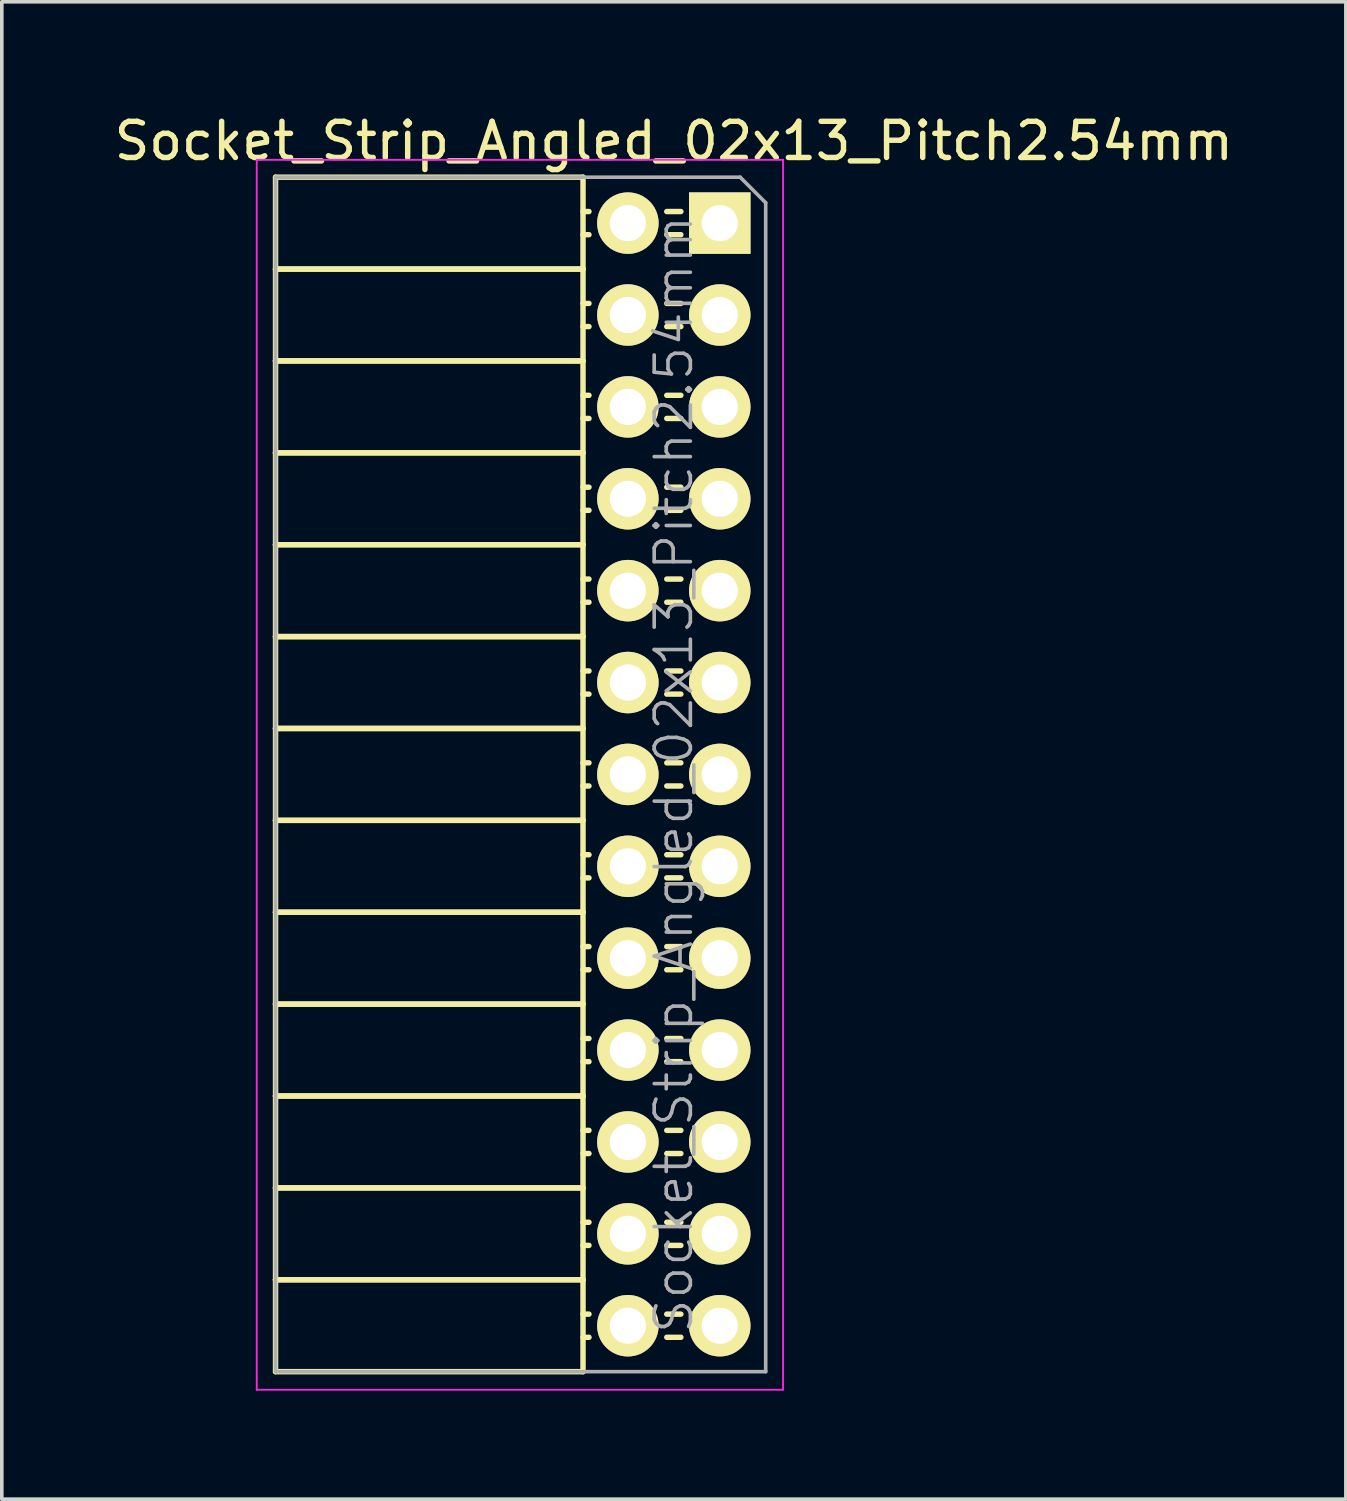
<source format=kicad_pcb>
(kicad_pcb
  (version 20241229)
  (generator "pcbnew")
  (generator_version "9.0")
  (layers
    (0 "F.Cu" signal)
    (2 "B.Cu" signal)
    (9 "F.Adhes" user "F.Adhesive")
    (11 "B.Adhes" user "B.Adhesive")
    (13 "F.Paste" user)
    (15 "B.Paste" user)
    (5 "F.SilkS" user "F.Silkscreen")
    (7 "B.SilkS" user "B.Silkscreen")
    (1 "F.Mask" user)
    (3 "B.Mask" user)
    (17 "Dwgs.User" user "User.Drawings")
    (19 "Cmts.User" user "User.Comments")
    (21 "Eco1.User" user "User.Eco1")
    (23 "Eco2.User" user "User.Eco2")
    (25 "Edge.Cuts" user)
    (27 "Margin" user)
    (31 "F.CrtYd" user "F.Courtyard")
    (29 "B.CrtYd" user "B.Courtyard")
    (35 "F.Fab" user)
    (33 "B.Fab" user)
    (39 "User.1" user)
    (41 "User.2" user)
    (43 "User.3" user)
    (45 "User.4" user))
  (footprint "Socket_Strip_Angled_02x13_Pitch2.54mm"
    (layer "F.Cu")
    (at 16.847 3.118)
    (property "Reference" "Socket_Strip_Angled_02x13_Pitch2.54mm" (at -1.27 -2.27 0) (layer "F.SilkS") (effects (font (size 1 1) (thickness 0.15))))
    (attr smd)
    (fp_line (start -12.28 -1.27) (end -12.28 1.27) (stroke (width 0.15) (type solid)) (layer "F.SilkS"))
    (fp_line (start -12.28 -1.27) (end -3.78 -1.27) (stroke (width 0.15) (type solid)) (layer "F.SilkS"))
    (fp_line (start -12.28 1.27) (end -12.28 3.81) (stroke (width 0.15) (type solid)) (layer "F.SilkS"))
    (fp_line (start -12.28 1.27) (end -3.78 1.27) (stroke (width 0.15) (type solid)) (layer "F.SilkS"))
    (fp_line (start -12.28 1.27) (end -3.78 1.27) (stroke (width 0.15) (type solid)) (layer "F.SilkS"))
    (fp_line (start -12.28 3.81) (end -12.28 6.35) (stroke (width 0.15) (type solid)) (layer "F.SilkS"))
    (fp_line (start -12.28 3.81) (end -3.78 3.81) (stroke (width 0.15) (type solid)) (layer "F.SilkS"))
    (fp_line (start -12.28 3.81) (end -3.78 3.81) (stroke (width 0.15) (type solid)) (layer "F.SilkS"))
    (fp_line (start -12.28 6.35) (end -12.28 8.89) (stroke (width 0.15) (type solid)) (layer "F.SilkS"))
    (fp_line (start -12.28 6.35) (end -3.78 6.35) (stroke (width 0.15) (type solid)) (layer "F.SilkS"))
    (fp_line (start -12.28 6.35) (end -3.78 6.35) (stroke (width 0.15) (type solid)) (layer "F.SilkS"))
    (fp_line (start -12.28 8.89) (end -12.28 11.43) (stroke (width 0.15) (type solid)) (layer "F.SilkS"))
    (fp_line (start -12.28 8.89) (end -3.78 8.89) (stroke (width 0.15) (type solid)) (layer "F.SilkS"))
    (fp_line (start -12.28 8.89) (end -3.78 8.89) (stroke (width 0.15) (type solid)) (layer "F.SilkS"))
    (fp_line (start -12.28 11.43) (end -12.28 13.97) (stroke (width 0.15) (type solid)) (layer "F.SilkS"))
    (fp_line (start -12.28 11.43) (end -3.78 11.43) (stroke (width 0.15) (type solid)) (layer "F.SilkS"))
    (fp_line (start -12.28 11.43) (end -3.78 11.43) (stroke (width 0.15) (type solid)) (layer "F.SilkS"))
    (fp_line (start -12.28 13.97) (end -12.28 16.51) (stroke (width 0.15) (type solid)) (layer "F.SilkS"))
    (fp_line (start -12.28 13.97) (end -3.78 13.97) (stroke (width 0.15) (type solid)) (layer "F.SilkS"))
    (fp_line (start -12.28 13.97) (end -3.78 13.97) (stroke (width 0.15) (type solid)) (layer "F.SilkS"))
    (fp_line (start -12.28 16.51) (end -12.28 19.05) (stroke (width 0.15) (type solid)) (layer "F.SilkS"))
    (fp_line (start -12.28 16.51) (end -3.78 16.51) (stroke (width 0.15) (type solid)) (layer "F.SilkS"))
    (fp_line (start -12.28 16.51) (end -3.78 16.51) (stroke (width 0.15) (type solid)) (layer "F.SilkS"))
    (fp_line (start -12.28 19.05) (end -12.28 21.59) (stroke (width 0.15) (type solid)) (layer "F.SilkS"))
    (fp_line (start -12.28 19.05) (end -3.78 19.05) (stroke (width 0.15) (type solid)) (layer "F.SilkS"))
    (fp_line (start -12.28 19.05) (end -3.78 19.05) (stroke (width 0.15) (type solid)) (layer "F.SilkS"))
    (fp_line (start -12.28 21.59) (end -12.28 24.13) (stroke (width 0.15) (type solid)) (layer "F.SilkS"))
    (fp_line (start -12.28 21.59) (end -3.78 21.59) (stroke (width 0.15) (type solid)) (layer "F.SilkS"))
    (fp_line (start -12.28 21.59) (end -3.78 21.59) (stroke (width 0.15) (type solid)) (layer "F.SilkS"))
    (fp_line (start -12.28 24.13) (end -12.28 26.67) (stroke (width 0.15) (type solid)) (layer "F.SilkS"))
    (fp_line (start -12.28 24.13) (end -3.78 24.13) (stroke (width 0.15) (type solid)) (layer "F.SilkS"))
    (fp_line (start -12.28 24.13) (end -3.78 24.13) (stroke (width 0.15) (type solid)) (layer "F.SilkS"))
    (fp_line (start -12.28 26.67) (end -12.28 29.21) (stroke (width 0.15) (type solid)) (layer "F.SilkS"))
    (fp_line (start -12.28 26.67) (end -3.78 26.67) (stroke (width 0.15) (type solid)) (layer "F.SilkS"))
    (fp_line (start -12.28 26.67) (end -3.78 26.67) (stroke (width 0.15) (type solid)) (layer "F.SilkS"))
    (fp_line (start -12.28 29.21) (end -12.28 31.75) (stroke (width 0.15) (type solid)) (layer "F.SilkS"))
    (fp_line (start -12.28 29.21) (end -3.78 29.21) (stroke (width 0.15) (type solid)) (layer "F.SilkS"))
    (fp_line (start -12.28 29.21) (end -3.78 29.21) (stroke (width 0.15) (type solid)) (layer "F.SilkS"))
    (fp_line (start -12.28 31.75) (end -3.78 31.75) (stroke (width 0.15) (type solid)) (layer "F.SilkS"))
    (fp_line (start -3.78 -1.27) (end -3.78 1.27) (stroke (width 0.15) (type solid)) (layer "F.SilkS"))
    (fp_line (start -3.78 -0.32) (end -3.615 -0.32) (stroke (width 0.15) (type solid)) (layer "F.SilkS"))
    (fp_line (start -3.78 0.32) (end -3.615 0.32) (stroke (width 0.15) (type solid)) (layer "F.SilkS"))
    (fp_line (start -3.78 1.27) (end -3.78 3.81) (stroke (width 0.15) (type solid)) (layer "F.SilkS"))
    (fp_line (start -3.78 2.22) (end -3.615 2.22) (stroke (width 0.15) (type solid)) (layer "F.SilkS"))
    (fp_line (start -3.78 2.86) (end -3.615 2.86) (stroke (width 0.15) (type solid)) (layer "F.SilkS"))
    (fp_line (start -3.78 3.81) (end -3.78 6.35) (stroke (width 0.15) (type solid)) (layer "F.SilkS"))
    (fp_line (start -3.78 4.76) (end -3.615 4.76) (stroke (width 0.15) (type solid)) (layer "F.SilkS"))
    (fp_line (start -3.78 5.4) (end -3.615 5.4) (stroke (width 0.15) (type solid)) (layer "F.SilkS"))
    (fp_line (start -3.78 6.35) (end -3.78 8.89) (stroke (width 0.15) (type solid)) (layer "F.SilkS"))
    (fp_line (start -3.78 7.3) (end -3.615 7.3) (stroke (width 0.15) (type solid)) (layer "F.SilkS"))
    (fp_line (start -3.78 7.94) (end -3.615 7.94) (stroke (width 0.15) (type solid)) (layer "F.SilkS"))
    (fp_line (start -3.78 8.89) (end -3.78 11.43) (stroke (width 0.15) (type solid)) (layer "F.SilkS"))
    (fp_line (start -3.78 9.84) (end -3.615 9.84) (stroke (width 0.15) (type solid)) (layer "F.SilkS"))
    (fp_line (start -3.78 10.48) (end -3.615 10.48) (stroke (width 0.15) (type solid)) (layer "F.SilkS"))
    (fp_line (start -3.78 11.43) (end -3.78 13.97) (stroke (width 0.15) (type solid)) (layer "F.SilkS"))
    (fp_line (start -3.78 12.38) (end -3.615 12.38) (stroke (width 0.15) (type solid)) (layer "F.SilkS"))
    (fp_line (start -3.78 13.02) (end -3.615 13.02) (stroke (width 0.15) (type solid)) (layer "F.SilkS"))
    (fp_line (start -3.78 13.97) (end -3.78 16.51) (stroke (width 0.15) (type solid)) (layer "F.SilkS"))
    (fp_line (start -3.78 14.92) (end -3.615 14.92) (stroke (width 0.15) (type solid)) (layer "F.SilkS"))
    (fp_line (start -3.78 15.56) (end -3.615 15.56) (stroke (width 0.15) (type solid)) (layer "F.SilkS"))
    (fp_line (start -3.78 16.51) (end -3.78 19.05) (stroke (width 0.15) (type solid)) (layer "F.SilkS"))
    (fp_line (start -3.78 17.46) (end -3.615 17.46) (stroke (width 0.15) (type solid)) (layer "F.SilkS"))
    (fp_line (start -3.78 18.1) (end -3.615 18.1) (stroke (width 0.15) (type solid)) (layer "F.SilkS"))
    (fp_line (start -3.78 19.05) (end -3.78 21.59) (stroke (width 0.15) (type solid)) (layer "F.SilkS"))
    (fp_line (start -3.78 20) (end -3.615 20) (stroke (width 0.15) (type solid)) (layer "F.SilkS"))
    (fp_line (start -3.78 20.64) (end -3.615 20.64) (stroke (width 0.15) (type solid)) (layer "F.SilkS"))
    (fp_line (start -3.78 21.59) (end -3.78 24.13) (stroke (width 0.15) (type solid)) (layer "F.SilkS"))
    (fp_line (start -3.78 22.54) (end -3.615 22.54) (stroke (width 0.15) (type solid)) (layer "F.SilkS"))
    (fp_line (start -3.78 23.18) (end -3.615 23.18) (stroke (width 0.15) (type solid)) (layer "F.SilkS"))
    (fp_line (start -3.78 24.13) (end -3.78 26.67) (stroke (width 0.15) (type solid)) (layer "F.SilkS"))
    (fp_line (start -3.78 25.08) (end -3.615 25.08) (stroke (width 0.15) (type solid)) (layer "F.SilkS"))
    (fp_line (start -3.78 25.72) (end -3.615 25.72) (stroke (width 0.15) (type solid)) (layer "F.SilkS"))
    (fp_line (start -3.78 26.67) (end -3.78 29.21) (stroke (width 0.15) (type solid)) (layer "F.SilkS"))
    (fp_line (start -3.78 27.62) (end -3.615 27.62) (stroke (width 0.15) (type solid)) (layer "F.SilkS"))
    (fp_line (start -3.78 28.26) (end -3.615 28.26) (stroke (width 0.15) (type solid)) (layer "F.SilkS"))
    (fp_line (start -3.78 29.21) (end -3.78 31.75) (stroke (width 0.15) (type solid)) (layer "F.SilkS"))
    (fp_line (start -3.78 30.16) (end -3.615 30.16) (stroke (width 0.15) (type solid)) (layer "F.SilkS"))
    (fp_line (start -3.78 30.8) (end -3.615 30.8) (stroke (width 0.15) (type solid)) (layer "F.SilkS"))
    (fp_line (start -1.075 -0.32) (end -1.465 -0.32) (stroke (width 0.15) (type solid)) (layer "F.SilkS"))
    (fp_line (start -1.075 0.32) (end -1.465 0.32) (stroke (width 0.15) (type solid)) (layer "F.SilkS"))
    (fp_line (start -1.075 2.22) (end -1.465 2.22) (stroke (width 0.15) (type solid)) (layer "F.SilkS"))
    (fp_line (start -1.075 2.86) (end -1.465 2.86) (stroke (width 0.15) (type solid)) (layer "F.SilkS"))
    (fp_line (start -1.075 4.76) (end -1.465 4.76) (stroke (width 0.15) (type solid)) (layer "F.SilkS"))
    (fp_line (start -1.075 5.4) (end -1.465 5.4) (stroke (width 0.15) (type solid)) (layer "F.SilkS"))
    (fp_line (start -1.075 7.3) (end -1.465 7.3) (stroke (width 0.15) (type solid)) (layer "F.SilkS"))
    (fp_line (start -1.075 7.94) (end -1.465 7.94) (stroke (width 0.15) (type solid)) (layer "F.SilkS"))
    (fp_line (start -1.075 9.84) (end -1.465 9.84) (stroke (width 0.15) (type solid)) (layer "F.SilkS"))
    (fp_line (start -1.075 10.48) (end -1.465 10.48) (stroke (width 0.15) (type solid)) (layer "F.SilkS"))
    (fp_line (start -1.075 12.38) (end -1.465 12.38) (stroke (width 0.15) (type solid)) (layer "F.SilkS"))
    (fp_line (start -1.075 13.02) (end -1.465 13.02) (stroke (width 0.15) (type solid)) (layer "F.SilkS"))
    (fp_line (start -1.075 14.92) (end -1.465 14.92) (stroke (width 0.15) (type solid)) (layer "F.SilkS"))
    (fp_line (start -1.075 15.56) (end -1.465 15.56) (stroke (width 0.15) (type solid)) (layer "F.SilkS"))
    (fp_line (start -1.075 17.46) (end -1.465 17.46) (stroke (width 0.15) (type solid)) (layer "F.SilkS"))
    (fp_line (start -1.075 18.1) (end -1.465 18.1) (stroke (width 0.15) (type solid)) (layer "F.SilkS"))
    (fp_line (start -1.075 20) (end -1.465 20) (stroke (width 0.15) (type solid)) (layer "F.SilkS"))
    (fp_line (start -1.075 20.64) (end -1.465 20.64) (stroke (width 0.15) (type solid)) (layer "F.SilkS"))
    (fp_line (start -1.075 22.54) (end -1.465 22.54) (stroke (width 0.15) (type solid)) (layer "F.SilkS"))
    (fp_line (start -1.075 23.18) (end -1.465 23.18) (stroke (width 0.15) (type solid)) (layer "F.SilkS"))
    (fp_line (start -1.075 25.08) (end -1.465 25.08) (stroke (width 0.15) (type solid)) (layer "F.SilkS"))
    (fp_line (start -1.075 25.72) (end -1.465 25.72) (stroke (width 0.15) (type solid)) (layer "F.SilkS"))
    (fp_line (start -1.075 27.62) (end -1.465 27.62) (stroke (width 0.15) (type solid)) (layer "F.SilkS"))
    (fp_line (start -1.075 28.26) (end -1.465 28.26) (stroke (width 0.15) (type solid)) (layer "F.SilkS"))
    (fp_line (start -1.075 30.16) (end -1.465 30.16) (stroke (width 0.15) (type solid)) (layer "F.SilkS"))
    (fp_line (start -1.075 30.8) (end -1.465 30.8) (stroke (width 0.15) (type solid)) (layer "F.SilkS"))
    (fp_line (start -12.8 -1.75) (end 1.75 -1.75) (stroke (width 0.05) (type solid)) (layer "F.CrtYd"))
    (fp_line (start -12.8 32.25) (end -12.8 -1.75) (stroke (width 0.05) (type solid)) (layer "F.CrtYd"))
    (fp_line (start -12.8 32.25) (end 1.75 32.25) (stroke (width 0.05) (type solid)) (layer "F.CrtYd"))
    (fp_line (start 1.75 32.25) (end 1.75 -1.75) (stroke (width 0.05) (type solid)) (layer "F.CrtYd"))
    (fp_line (start -12.28 -1.27) (end 0.563 -1.27) (stroke (width 0.1) (type solid)) (layer "F.Fab"))
    (fp_line (start -12.28 31.75) (end -12.28 -1.27) (stroke (width 0.1) (type solid)) (layer "F.Fab"))
    (fp_line (start -12.28 31.75) (end 1.27 31.75) (stroke (width 0.1) (type solid)) (layer "F.Fab"))
    (fp_line (start 1.27 -0.563) (end 0.563 -1.27) (stroke (width 0.1) (type solid)) (layer "F.Fab"))
    (fp_line (start 1.27 31.75) (end 1.27 -0.563) (stroke (width 0.1) (type solid)) (layer "F.Fab"))
    (fp_text user "${REFERENCE}" (at -1.27 15.24 90) (layer "F.Fab") (effects (font (size 1 1) (thickness 0.1))))
    (pad "1" thru_hole rect (at 0 0) (size 1.7 1.7) (drill 1) (layers "*.Cu" "*.Mask" "F.SilkS"))
    (pad "2" thru_hole oval (at -2.54 0) (size 1.7 1.7) (drill 1) (layers "*.Cu" "*.Mask" "F.SilkS"))
    (pad "3" thru_hole oval (at 0 2.54) (size 1.7 1.7) (drill 1) (layers "*.Cu" "*.Mask" "F.SilkS"))
    (pad "4" thru_hole oval (at -2.54 2.54) (size 1.7 1.7) (drill 1) (layers "*.Cu" "*.Mask" "F.SilkS"))
    (pad "5" thru_hole oval (at 0 5.08) (size 1.7 1.7) (drill 1) (layers "*.Cu" "*.Mask" "F.SilkS"))
    (pad "6" thru_hole oval (at -2.54 5.08) (size 1.7 1.7) (drill 1) (layers "*.Cu" "*.Mask" "F.SilkS"))
    (pad "7" thru_hole oval (at 0 7.62) (size 1.7 1.7) (drill 1) (layers "*.Cu" "*.Mask" "F.SilkS"))
    (pad "8" thru_hole oval (at -2.54 7.62) (size 1.7 1.7) (drill 1) (layers "*.Cu" "*.Mask" "F.SilkS"))
    (pad "9" thru_hole oval (at 0 10.16) (size 1.7 1.7) (drill 1) (layers "*.Cu" "*.Mask" "F.SilkS"))
    (pad "10" thru_hole oval (at -2.54 10.16) (size 1.7 1.7) (drill 1) (layers "*.Cu" "*.Mask" "F.SilkS"))
    (pad "11" thru_hole oval (at 0 12.7) (size 1.7 1.7) (drill 1) (layers "*.Cu" "*.Mask" "F.SilkS"))
    (pad "12" thru_hole oval (at -2.54 12.7) (size 1.7 1.7) (drill 1) (layers "*.Cu" "*.Mask" "F.SilkS"))
    (pad "13" thru_hole oval (at 0 15.24) (size 1.7 1.7) (drill 1) (layers "*.Cu" "*.Mask" "F.SilkS"))
    (pad "14" thru_hole oval (at -2.54 15.24) (size 1.7 1.7) (drill 1) (layers "*.Cu" "*.Mask" "F.SilkS"))
    (pad "15" thru_hole oval (at 0 17.78) (size 1.7 1.7) (drill 1) (layers "*.Cu" "*.Mask" "F.SilkS"))
    (pad "16" thru_hole oval (at -2.54 17.78) (size 1.7 1.7) (drill 1) (layers "*.Cu" "*.Mask" "F.SilkS"))
    (pad "17" thru_hole oval (at 0 20.32) (size 1.7 1.7) (drill 1) (layers "*.Cu" "*.Mask" "F.SilkS"))
    (pad "18" thru_hole oval (at -2.54 20.32) (size 1.7 1.7) (drill 1) (layers "*.Cu" "*.Mask" "F.SilkS"))
    (pad "19" thru_hole oval (at 0 22.86) (size 1.7 1.7) (drill 1) (layers "*.Cu" "*.Mask" "F.SilkS"))
    (pad "20" thru_hole oval (at -2.54 22.86) (size 1.7 1.7) (drill 1) (layers "*.Cu" "*.Mask" "F.SilkS"))
    (pad "21" thru_hole oval (at 0 25.4) (size 1.7 1.7) (drill 1) (layers "*.Cu" "*.Mask" "F.SilkS"))
    (pad "22" thru_hole oval (at -2.54 25.4) (size 1.7 1.7) (drill 1) (layers "*.Cu" "*.Mask" "F.SilkS"))
    (pad "23" thru_hole oval (at 0 27.94) (size 1.7 1.7) (drill 1) (layers "*.Cu" "*.Mask" "F.SilkS"))
    (pad "24" thru_hole oval (at -2.54 27.94) (size 1.7 1.7) (drill 1) (layers "*.Cu" "*.Mask" "F.SilkS"))
    (pad "25" thru_hole oval (at 0 30.48) (size 1.7 1.7) (drill 1) (layers "*.Cu" "*.Mask" "F.SilkS"))
    (pad "26" thru_hole oval (at -2.54 30.48) (size 1.7 1.7) (drill 1) (layers "*.Cu" "*.Mask" "F.SilkS")))
  (gr_rect
    (start -3 -3)
    (end 34.155 38.393)
    (stroke (width 0.1) (type default))
    (fill no)
    (layer "Edge.Cuts")))
</source>
